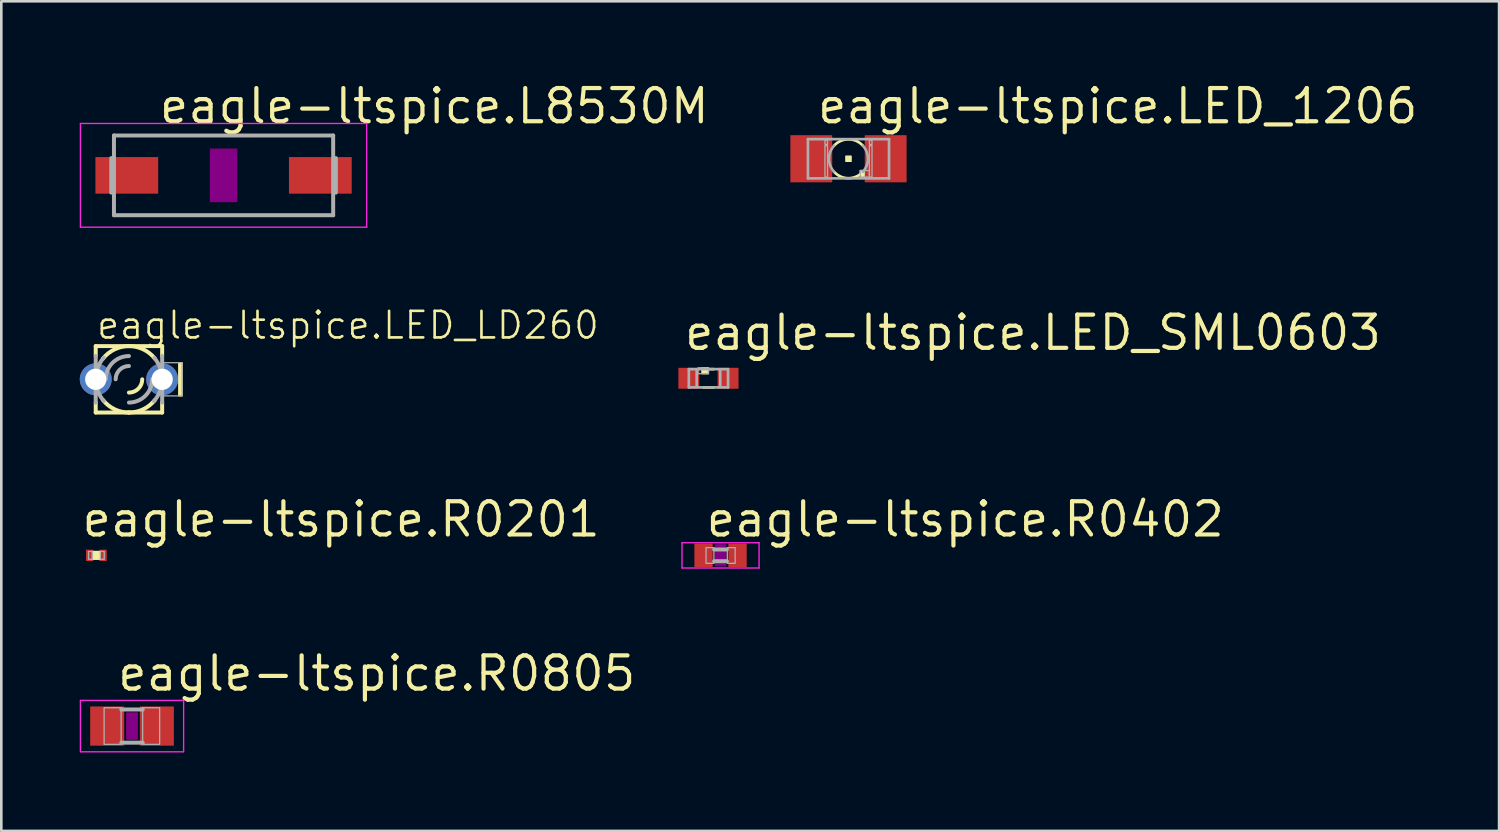
<source format=kicad_pcb>
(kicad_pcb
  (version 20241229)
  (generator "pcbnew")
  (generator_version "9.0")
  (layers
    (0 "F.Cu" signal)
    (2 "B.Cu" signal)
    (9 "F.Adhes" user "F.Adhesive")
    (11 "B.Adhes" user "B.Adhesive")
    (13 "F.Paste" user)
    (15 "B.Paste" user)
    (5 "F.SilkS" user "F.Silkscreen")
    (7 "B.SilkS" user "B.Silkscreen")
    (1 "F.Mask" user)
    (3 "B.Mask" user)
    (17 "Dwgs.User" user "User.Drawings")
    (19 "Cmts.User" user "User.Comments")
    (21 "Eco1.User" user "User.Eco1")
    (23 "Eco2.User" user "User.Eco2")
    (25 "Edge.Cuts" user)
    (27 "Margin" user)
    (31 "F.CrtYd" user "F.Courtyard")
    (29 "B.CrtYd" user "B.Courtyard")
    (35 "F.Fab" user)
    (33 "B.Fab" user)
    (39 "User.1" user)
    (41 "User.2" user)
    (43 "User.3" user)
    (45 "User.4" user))
  (footprint "eagle-ltspice.LED_1206"
    (layer "F.Cu")
    (at 29.392 3.02)
    (property "Reference" "eagle-ltspice.LED_1206" (at -1.27 -1.27 0) (layer "F.SilkS") (effects (font (size 1.27 1.27) (thickness 0.16)) (justify left bottom)))
    (attr smd)
    (fp_rect (start -0.1 0.1) (end 0.1 -0.1) (stroke (width 0.05) (type default)) (fill yes) (layer "F.SilkS"))
    (fp_rect (start 0.45 0.7) (end 0.6 0.45) (stroke (width 0.05) (type default)) (fill yes) (layer "F.SilkS"))
    (fp_arc (start -0.55 -0.5) (mid 0 -0.743303) (end 0.55 -0.5) (stroke (width 0.1016) (type default)) (layer "F.SilkS"))
    (fp_arc (start 0.55 0.5) (mid 0 0.743303) (end -0.55 0.5) (stroke (width 0.1016) (type default)) (layer "F.SilkS"))
    (fp_line (start -1.55 -0.75) (end 1.55 -0.75) (stroke (width 0.102) (type default)) (layer "F.Fab"))
    (fp_line (start -1.55 0.75) (end -1.55 -0.75) (stroke (width 0.102) (type default)) (layer "F.Fab"))
    (fp_line (start 1.55 -0.75) (end 1.55 0.75) (stroke (width 0.102) (type default)) (layer "F.Fab"))
    (fp_line (start 1.55 0.75) (end -1.55 0.75) (stroke (width 0.102) (type default)) (layer "F.Fab"))
    (fp_rect (start -0.9 -0.55) (end -0.8 -0.7) (stroke (width 0.05) (type default)) (fill no) (layer "F.Fab"))
    (fp_rect (start -0.9 0.7) (end -0.8 -0.5) (stroke (width 0.05) (type default)) (fill no) (layer "F.Fab"))
    (fp_rect (start 0.45 0.7) (end 0.8 0.45) (stroke (width 0.05) (type default)) (fill no) (layer "F.Fab"))
    (fp_rect (start 0.8 -0.55) (end 0.9 -0.7) (stroke (width 0.05) (type default)) (fill no) (layer "F.Fab"))
    (fp_rect (start 0.8 0.7) (end 0.9 -0.5) (stroke (width 0.05) (type default)) (fill no) (layer "F.Fab"))
    (fp_arc (start -0.55 0.5) (mid -0.743303 0) (end -0.55 -0.5) (stroke (width 0.1016) (type default)) (layer "F.Fab"))
    (fp_arc (start 0.55 -0.5) (mid 0.743303 0) (end 0.55 0.5) (stroke (width 0.1016) (type default)) (layer "F.Fab"))
    (pad "A" smd roundrect (at -1.422 0) (size 1.6 1.803) (layers "F.Cu" "F.Mask" "F.Paste") (roundrect_rratio 0.01))
    (pad "C" smd roundrect (at 1.422 0) (size 1.6 1.803) (layers "F.Cu" "F.Mask" "F.Paste") (roundrect_rratio 0.01)))
  (footprint "eagle-ltspice.LED_LD260"
    (layer "F.Cu")
    (at 1.88 11.453)
    (property "Reference" "eagle-ltspice.LED_LD260" (at -1.295 -1.473 0) (layer "F.SilkS") (effects (font (size 1.016 1.016) (thickness 0.1)) (justify left bottom)))
    (attr through_hole)
    (fp_line (start -1.27 -1.27) (end -1.27 -0.889) (stroke (width 0.152) (type default)) (layer "F.SilkS"))
    (fp_line (start -1.27 1.27) (end -1.27 0.889) (stroke (width 0.152) (type default)) (layer "F.SilkS"))
    (fp_line (start -1.27 1.27) (end 0 1.27) (stroke (width 0.152) (type default)) (layer "F.SilkS"))
    (fp_line (start 0 -1.27) (end -1.27 -1.27) (stroke (width 0.152) (type default)) (layer "F.SilkS"))
    (fp_line (start 0 1.27) (end 1.27 1.27) (stroke (width 0.152) (type default)) (layer "F.SilkS"))
    (fp_line (start 1.27 -1.27) (end 0 -1.27) (stroke (width 0.152) (type default)) (layer "F.SilkS"))
    (fp_line (start 1.27 -1.27) (end 1.27 -0.889) (stroke (width 0.152) (type default)) (layer "F.SilkS"))
    (fp_line (start 1.27 1.27) (end 1.27 0.889) (stroke (width 0.152) (type default)) (layer "F.SilkS"))
    (fp_rect (start 1.905 0.635) (end 2.032 -0.635) (stroke (width 0.05) (type default)) (fill yes) (layer "F.SilkS"))
    (fp_arc (start -0.9917 -0.7934) (mid -0.550143 -1.144671) (end 0 -1.27) (stroke (width 0.1524) (type default)) (layer "F.SilkS"))
    (fp_arc (start 0 -1.27) (mid 0.550143 -1.144671) (end 0.9917 -0.7934) (stroke (width 0.1524) (type default)) (layer "F.SilkS"))
    (fp_arc (start 0 1.27) (mid -0.550143 1.144671) (end -0.9917 0.7934) (stroke (width 0.1524) (type default)) (layer "F.SilkS"))
    (fp_arc (start 0.508 0) (mid 0.35921 0.35921) (end 0 0.508) (stroke (width 0.1524) (type default)) (layer "F.SilkS"))
    (fp_arc (start 0.9917 0.7934) (mid 0.550143 1.144671) (end 0 1.27) (stroke (width 0.1524) (type default)) (layer "F.SilkS"))
    (fp_line (start -1.27 0) (end -1.27 -0.889) (stroke (width 0.152) (type default)) (layer "F.Fab"))
    (fp_line (start -1.27 0.889) (end -1.27 0) (stroke (width 0.152) (type default)) (layer "F.Fab"))
    (fp_line (start 1.27 -0.889) (end 1.27 0) (stroke (width 0.152) (type default)) (layer "F.Fab"))
    (fp_line (start 1.27 0) (end 1.27 0.889) (stroke (width 0.152) (type default)) (layer "F.Fab"))
    (fp_rect (start 1.27 0.635) (end 2.032 -0.635) (stroke (width 0.05) (type default)) (fill no) (layer "F.Fab"))
    (fp_arc (start -1.27 0) (mid -1.191134 -0.440615) (end -0.9643 -0.8265) (stroke (width 0.1524) (type default)) (layer "F.Fab"))
    (fp_arc (start -0.9643 0.8265) (mid -1.191134 0.440615) (end -1.27 0) (stroke (width 0.1524) (type default)) (layer "F.Fab"))
    (fp_arc (start -0.889 0) (mid -0.628618 -0.628618) (end 0 -0.889) (stroke (width 0.1524) (type default)) (layer "F.Fab"))
    (fp_arc (start -0.508 0) (mid -0.35921 -0.35921) (end 0 -0.508) (stroke (width 0.1524) (type default)) (layer "F.Fab"))
    (fp_arc (start 0.889 0) (mid 0.628618 0.628618) (end 0 0.889) (stroke (width 0.1524) (type default)) (layer "F.Fab"))
    (fp_arc (start 0.9756 -0.813) (mid 1.194073 -0.432318) (end 1.2699 0) (stroke (width 0.1524) (type default)) (layer "F.Fab"))
    (fp_arc (start 1.27 0) (mid 1.188863 0.44669) (end 0.9558 0.8363) (stroke (width 0.1524) (type default)) (layer "F.Fab"))
    (pad "A" thru_hole circle (at -1.27 0) (size 1.219 1.219) (drill 0.813) (layers "*.Cu" "*.Mask"))
    (pad "K" thru_hole circle (at 1.27 0) (size 1.219 1.219) (drill 0.813) (layers "*.Cu" "*.Mask")))
  (footprint "eagle-ltspice.R0805"
    (layer "F.Cu")
    (at 1.998 24.712)
    (property "Reference" "eagle-ltspice.R0805" (at -0.635 -1.27 0) (layer "F.SilkS") (effects (font (size 1.27 1.27) (thickness 0.16)) (justify left bottom)))
    (attr smd)
    (fp_rect (start -0.2 0.5) (end 0.2 -0.5) (stroke (width 0.05) (type default)) (fill yes) (layer "F.Adhes"))
    (fp_line (start -1.973 -0.983) (end 1.973 -0.983) (stroke (width 0.051) (type default)) (layer "F.CrtYd"))
    (fp_line (start -1.973 0.983) (end -1.973 -0.983) (stroke (width 0.051) (type default)) (layer "F.CrtYd"))
    (fp_line (start 1.973 -0.983) (end 1.973 0.983) (stroke (width 0.051) (type default)) (layer "F.CrtYd"))
    (fp_line (start 1.973 0.983) (end -1.973 0.983) (stroke (width 0.051) (type default)) (layer "F.CrtYd"))
    (fp_line (start -0.41 -0.635) (end 0.41 -0.635) (stroke (width 0.152) (type default)) (layer "F.Fab"))
    (fp_line (start -0.41 0.635) (end 0.41 0.635) (stroke (width 0.152) (type default)) (layer "F.Fab"))
    (fp_rect (start -1.067 0.699) (end -0.417 -0.702) (stroke (width 0.05) (type default)) (fill no) (layer "F.Fab"))
    (fp_rect (start 0.406 0.699) (end 1.056 -0.702) (stroke (width 0.05) (type default)) (fill no) (layer "F.Fab"))
    (pad "1" smd roundrect (at -0.95 0) (size 1.3 1.5) (layers "F.Cu" "F.Mask" "F.Paste") (roundrect_rratio 0.01))
    (pad "2" smd roundrect (at 0.95 0) (size 1.3 1.5) (layers "F.Cu" "F.Mask" "F.Paste") (roundrect_rratio 0.01)))
  (footprint "eagle-ltspice.R0201"
    (layer "F.Cu")
    (at 0.635 18.184)
    (property "Reference" "eagle-ltspice.R0201" (at -0.635 -0.635 0) (layer "F.SilkS") (effects (font (size 1.27 1.27) (thickness 0.16)) (justify left bottom)))
    (attr smd)
    (fp_rect (start -0.15 0.15) (end 0.15 -0.15) (stroke (width 0.05) (type default)) (fill yes) (layer "F.SilkS"))
    (fp_rect (start -0.3 0.15) (end -0.15 -0.15) (stroke (width 0.05) (type default)) (fill no) (layer "F.Fab"))
    (fp_rect (start 0.15 0.15) (end 0.3 -0.15) (stroke (width 0.05) (type default)) (fill no) (layer "F.Fab"))
    (pad "1" smd roundrect (at -0.255 0) (size 0.28 0.43) (layers "F.Cu" "F.Mask" "F.Paste") (roundrect_rratio 0.01))
    (pad "2" smd roundrect (at 0.255 0) (size 0.28 0.43) (layers "F.Cu" "F.Mask" "F.Paste") (roundrect_rratio 0.01)))
  (footprint "eagle-ltspice.L8530M"
    (layer "F.Cu")
    (at 5.498 3.655)
    (property "Reference" "eagle-ltspice.L8530M" (at -2.54 -1.905 0) (layer "F.SilkS") (effects (font (size 1.27 1.27) (thickness 0.16)) (justify left bottom)))
    (attr smd)
    (fp_rect (start -0.5 1) (end 0.5 -1) (stroke (width 0.05) (type default)) (fill yes) (layer "F.Adhes"))
    (fp_line (start -5.473 -1.983) (end 5.473 -1.983) (stroke (width 0.051) (type default)) (layer "F.CrtYd"))
    (fp_line (start -5.473 1.983) (end -5.473 -1.983) (stroke (width 0.051) (type default)) (layer "F.CrtYd"))
    (fp_line (start 5.473 -1.983) (end 5.473 1.983) (stroke (width 0.051) (type default)) (layer "F.CrtYd"))
    (fp_line (start 5.473 1.983) (end -5.473 1.983) (stroke (width 0.051) (type default)) (layer "F.CrtYd"))
    (fp_line (start -4.293 0.66) (end -4.293 -0.66) (stroke (width 0.152) (type default)) (layer "F.Fab"))
    (fp_line (start -4.191 1.524) (end -4.191 -1.524) (stroke (width 0.152) (type default)) (layer "F.Fab"))
    (fp_line (start 4.191 -1.524) (end -4.191 -1.524) (stroke (width 0.152) (type default)) (layer "F.Fab"))
    (fp_line (start 4.191 1.524) (end -4.191 1.524) (stroke (width 0.152) (type default)) (layer "F.Fab"))
    (fp_line (start 4.191 1.524) (end 4.191 -1.524) (stroke (width 0.152) (type default)) (layer "F.Fab"))
    (fp_line (start 4.293 0.66) (end 4.293 -0.66) (stroke (width 0.152) (type default)) (layer "F.Fab"))
    (pad "1" smd roundrect (at -3.7 0) (size 2.4 1.4) (layers "F.Cu" "F.Mask" "F.Paste") (roundrect_rratio 0.01))
    (pad "2" smd roundrect (at 3.7 0) (size 2.4 1.4) (layers "F.Cu" "F.Mask" "F.Paste") (roundrect_rratio 0.01)))
  (footprint "eagle-ltspice.LED_SML0603"
    (layer "F.Cu")
    (at 24.038 11.413)
    (property "Reference" "eagle-ltspice.LED_SML0603" (at -1 -1 0) (layer "F.SilkS") (effects (font (size 1.27 1.27) (thickness 0.16)) (justify left bottom)))
    (attr smd)
    (fp_line (start -0.2 -0.35) (end 0.2 -0.35) (stroke (width 0.102) (type default)) (layer "F.SilkS"))
    (fp_line (start -0.2 0.35) (end 0.2 0.35) (stroke (width 0.102) (type default)) (layer "F.SilkS"))
    (fp_rect (start -0.25 -0.175) (end 0 -0.4) (stroke (width 0.05) (type default)) (fill yes) (layer "F.SilkS"))
    (fp_line (start -0.75 -0.35) (end 0.75 -0.35) (stroke (width 0.102) (type default)) (layer "F.Fab"))
    (fp_line (start -0.75 0.35) (end -0.75 -0.35) (stroke (width 0.102) (type default)) (layer "F.Fab"))
    (fp_line (start -0.45 -0.3) (end -0.45 0.3) (stroke (width 0.102) (type default)) (layer "F.Fab"))
    (fp_line (start 0.45 -0.3) (end 0.45 0.3) (stroke (width 0.102) (type default)) (layer "F.Fab"))
    (fp_line (start 0.75 -0.35) (end 0.75 0.35) (stroke (width 0.102) (type default)) (layer "F.Fab"))
    (fp_line (start 0.75 0.35) (end -0.75 0.35) (stroke (width 0.102) (type default)) (layer "F.Fab"))
    (fp_rect (start -0.4 -0.175) (end 0 -0.4) (stroke (width 0.05) (type default)) (fill no) (layer "F.Fab"))
    (pad "A" smd roundrect (at 0.75 0) (size 0.8 0.8) (layers "F.Cu" "F.Mask" "F.Paste") (roundrect_rratio 0.01))
    (pad "C" smd roundrect (at -0.75 0) (size 0.8 0.8) (layers "F.Cu" "F.Mask" "F.Paste") (roundrect_rratio 0.01)))
  (footprint "eagle-ltspice.R0402"
    (layer "F.Cu")
    (at 24.5 18.184)
    (property "Reference" "eagle-ltspice.R0402" (at -0.635 -0.635 0) (layer "F.SilkS") (effects (font (size 1.27 1.27) (thickness 0.16)) (justify left bottom)))
    (attr smd)
    (fp_rect (start -0.2 0.4) (end 0.2 -0.4) (stroke (width 0.05) (type default)) (fill yes) (layer "F.Adhes"))
    (fp_line (start -1.473 -0.483) (end 1.473 -0.483) (stroke (width 0.051) (type default)) (layer "F.CrtYd"))
    (fp_line (start -1.473 0.483) (end -1.473 -0.483) (stroke (width 0.051) (type default)) (layer "F.CrtYd"))
    (fp_line (start 1.473 -0.483) (end 1.473 0.483) (stroke (width 0.051) (type default)) (layer "F.CrtYd"))
    (fp_line (start 1.473 0.483) (end -1.473 0.483) (stroke (width 0.051) (type default)) (layer "F.CrtYd"))
    (fp_line (start -0.245 -0.224) (end 0.245 -0.224) (stroke (width 0.152) (type default)) (layer "F.Fab"))
    (fp_line (start 0.245 0.224) (end -0.245 0.224) (stroke (width 0.152) (type default)) (layer "F.Fab"))
    (fp_rect (start -0.554 0.305) (end -0.254 -0.295) (stroke (width 0.05) (type default)) (fill no) (layer "F.Fab"))
    (fp_rect (start 0.259 0.305) (end 0.559 -0.295) (stroke (width 0.05) (type default)) (fill no) (layer "F.Fab"))
    (pad "1" smd roundrect (at -0.65 0) (size 0.7 0.9) (layers "F.Cu" "F.Mask" "F.Paste") (roundrect_rratio 0.01))
    (pad "2" smd roundrect (at 0.65 0) (size 0.7 0.9) (layers "F.Cu" "F.Mask" "F.Paste") (roundrect_rratio 0.01)))
  (gr_rect
    (start -3 -3)
    (end 54.268 28.721)
    (stroke (width 0.1) (type default))
    (fill no)
    (layer "Edge.Cuts")))
</source>
